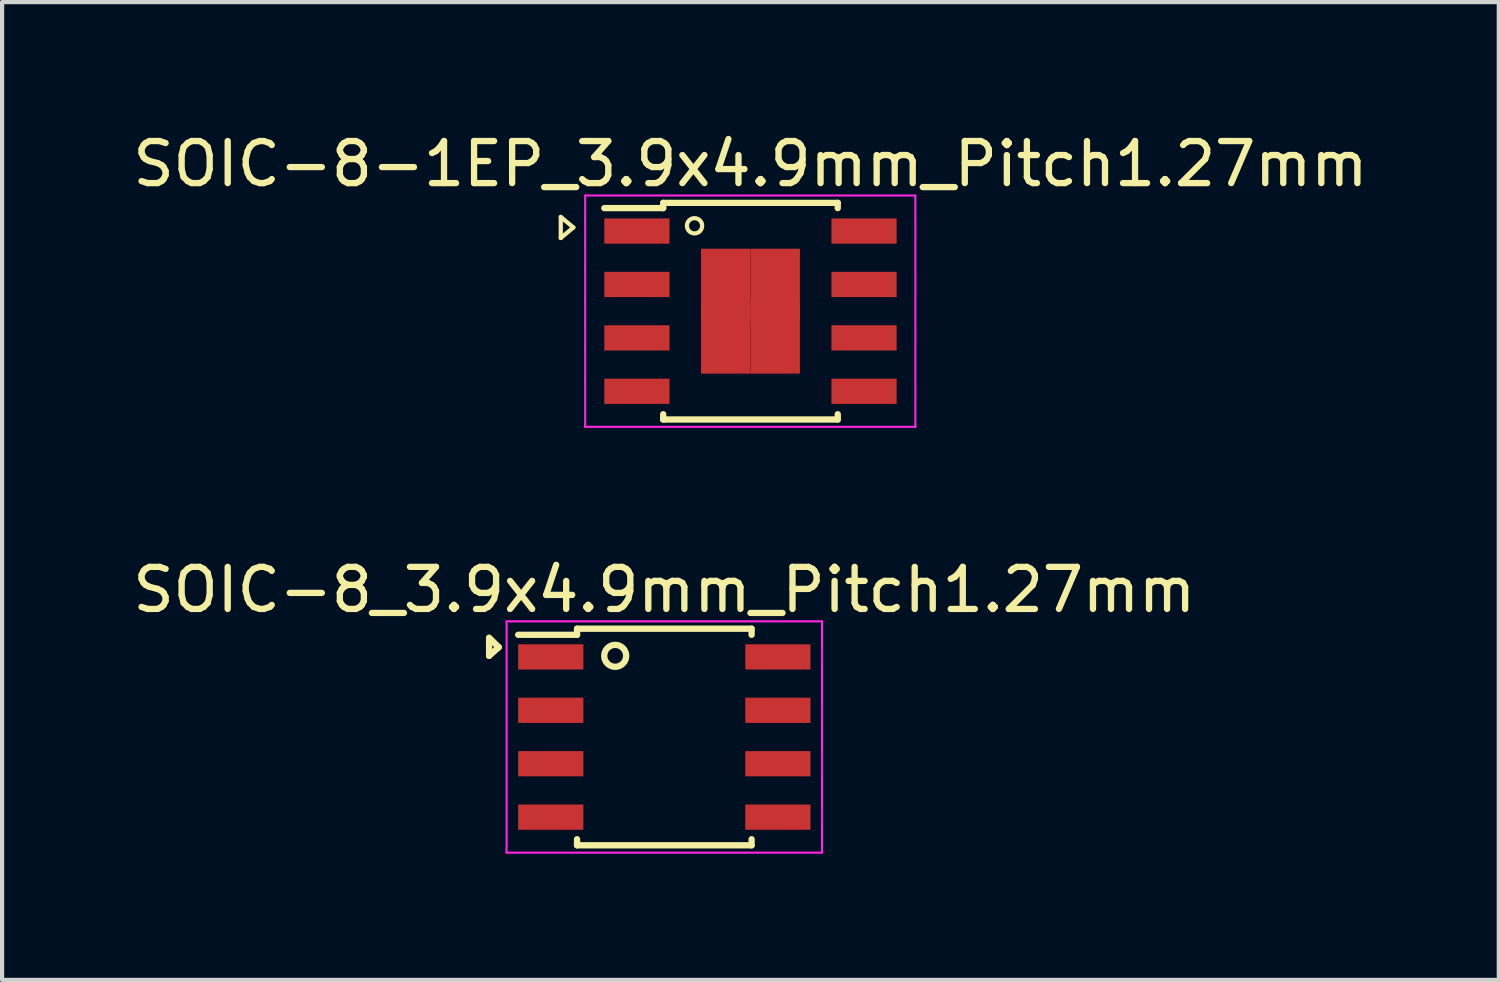
<source format=kicad_pcb>
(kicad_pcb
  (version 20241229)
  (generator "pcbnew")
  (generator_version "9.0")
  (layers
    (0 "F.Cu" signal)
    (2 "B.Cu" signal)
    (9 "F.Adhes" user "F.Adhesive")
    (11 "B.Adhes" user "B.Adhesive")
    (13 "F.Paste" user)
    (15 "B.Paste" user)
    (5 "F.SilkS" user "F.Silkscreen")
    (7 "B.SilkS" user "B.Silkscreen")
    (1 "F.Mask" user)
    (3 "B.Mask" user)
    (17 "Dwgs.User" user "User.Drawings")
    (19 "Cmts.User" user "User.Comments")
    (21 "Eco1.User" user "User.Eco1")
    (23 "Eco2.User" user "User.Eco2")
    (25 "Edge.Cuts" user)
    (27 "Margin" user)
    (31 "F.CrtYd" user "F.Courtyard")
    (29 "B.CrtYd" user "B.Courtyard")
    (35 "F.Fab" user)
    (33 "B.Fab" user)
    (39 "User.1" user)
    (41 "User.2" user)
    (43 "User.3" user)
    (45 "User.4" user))
  (footprint "SOIC-8-1EP_3.9x4.9mm_Pitch1.27mm"
    (layer "F.Cu")
    (at 14.792 4.348)
    (property "Reference" "SOIC-8-1EP_3.9x4.9mm_Pitch1.27mm" (at 0 -3.5 0) (layer "F.SilkS") (effects (font (size 1 1) (thickness 0.15))))
    (attr smd)
    (fp_line (start -4.51 -2.24) (end -4.51 -1.74) (stroke (width 0.1) (type solid)) (layer "F.SilkS"))
    (fp_line (start -4.51 -1.74) (end -4.21 -1.99) (stroke (width 0.1) (type solid)) (layer "F.SilkS"))
    (fp_line (start -4.21 -1.99) (end -4.51 -2.24) (stroke (width 0.1) (type solid)) (layer "F.SilkS"))
    (fp_line (start -2.075 -2.575) (end -2.075 -2.45) (stroke (width 0.15) (type solid)) (layer "F.SilkS"))
    (fp_line (start -2.075 -2.575) (end 2.075 -2.575) (stroke (width 0.15) (type solid)) (layer "F.SilkS"))
    (fp_line (start -2.075 -2.45) (end -3.475 -2.45) (stroke (width 0.15) (type solid)) (layer "F.SilkS"))
    (fp_line (start -2.075 2.575) (end -2.075 2.45) (stroke (width 0.15) (type solid)) (layer "F.SilkS"))
    (fp_line (start -2.075 2.575) (end 2.075 2.575) (stroke (width 0.15) (type solid)) (layer "F.SilkS"))
    (fp_line (start 2.075 -2.575) (end 2.075 -2.45) (stroke (width 0.15) (type solid)) (layer "F.SilkS"))
    (fp_line (start 2.075 2.575) (end 2.075 2.45) (stroke (width 0.15) (type solid)) (layer "F.SilkS"))
    (fp_circle (center -1.33 -2.03) (end -1.31 -2.21) (stroke (width 0.1) (type solid)) (fill no) (layer "F.SilkS"))
    (fp_line (start -3.93 -2.75) (end -3.93 2.75) (stroke (width 0.05) (type solid)) (layer "F.CrtYd"))
    (fp_line (start -3.93 -2.75) (end 3.92 -2.75) (stroke (width 0.05) (type solid)) (layer "F.CrtYd"))
    (fp_line (start -3.93 2.75) (end 3.92 2.75) (stroke (width 0.05) (type solid)) (layer "F.CrtYd"))
    (fp_line (start 3.92 -2.75) (end 3.92 2.75) (stroke (width 0.05) (type solid)) (layer "F.CrtYd"))
    (pad "1" smd rect (at -2.7 -1.905) (size 1.55 0.6) (layers "F.Cu" "F.Mask" "F.Paste"))
    (pad "2" smd rect (at -2.7 -0.635) (size 1.55 0.6) (layers "F.Cu" "F.Mask" "F.Paste"))
    (pad "3" smd rect (at -2.7 0.635) (size 1.55 0.6) (layers "F.Cu" "F.Mask" "F.Paste"))
    (pad "4" smd rect (at -2.7 1.905) (size 1.55 0.6) (layers "F.Cu" "F.Mask" "F.Paste"))
    (pad "5" smd rect (at 2.7 1.905) (size 1.55 0.6) (layers "F.Cu" "F.Mask" "F.Paste"))
    (pad "6" smd rect (at 2.7 0.635) (size 1.55 0.6) (layers "F.Cu" "F.Mask" "F.Paste"))
    (pad "7" smd rect (at 2.7 -0.635) (size 1.55 0.6) (layers "F.Cu" "F.Mask" "F.Paste"))
    (pad "8" smd rect (at 2.7 -1.905) (size 1.55 0.6) (layers "F.Cu" "F.Mask" "F.Paste"))
    (pad "9" smd rect (at -0.588 -0.635) (size 1.175 1.7) (layers "F.Cu" "F.Mask" "F.Paste"))
    (pad "9" smd rect (at -0.588 0.635) (size 1.175 1.7) (layers "F.Cu" "F.Mask" "F.Paste"))
    (pad "9" smd rect (at 0.588 -0.635) (size 1.175 1.7) (layers "F.Cu" "F.Mask" "F.Paste"))
    (pad "9" smd rect (at 0.588 0.635) (size 1.175 1.7) (layers "F.Cu" "F.Mask" "F.Paste")))
  (footprint "SOIC-8_3.9x4.9mm_Pitch1.27mm"
    (layer "F.Cu")
    (at 12.744 14.472)
    (property "Reference" "SOIC-8_3.9x4.9mm_Pitch1.27mm" (at 0 -3.5 0) (layer "F.SilkS") (effects (font (size 1 1) (thickness 0.15))))
    (attr smd)
    (fp_line (start -4.166 -2.362) (end -3.937 -2.134) (stroke (width 0.15) (type solid)) (layer "F.SilkS"))
    (fp_line (start -4.166 -1.93) (end -4.166 -2.337) (stroke (width 0.15) (type solid)) (layer "F.SilkS"))
    (fp_line (start -3.937 -2.134) (end -4.166 -1.93) (stroke (width 0.15) (type solid)) (layer "F.SilkS"))
    (fp_line (start -2.075 -2.575) (end -2.075 -2.43) (stroke (width 0.15) (type solid)) (layer "F.SilkS"))
    (fp_line (start -2.075 -2.575) (end 2.075 -2.575) (stroke (width 0.15) (type solid)) (layer "F.SilkS"))
    (fp_line (start -2.075 -2.43) (end -3.475 -2.43) (stroke (width 0.15) (type solid)) (layer "F.SilkS"))
    (fp_line (start -2.075 2.575) (end -2.075 2.43) (stroke (width 0.15) (type solid)) (layer "F.SilkS"))
    (fp_line (start -2.075 2.575) (end 2.075 2.575) (stroke (width 0.15) (type solid)) (layer "F.SilkS"))
    (fp_line (start 2.075 -2.575) (end 2.075 -2.43) (stroke (width 0.15) (type solid)) (layer "F.SilkS"))
    (fp_line (start 2.075 2.575) (end 2.075 2.43) (stroke (width 0.15) (type solid)) (layer "F.SilkS"))
    (fp_circle (center -1.168 -1.93) (end -0.94 -1.803) (stroke (width 0.15) (type solid)) (fill no) (layer "F.SilkS"))
    (fp_line (start -3.75 -2.75) (end -3.75 2.75) (stroke (width 0.05) (type solid)) (layer "F.CrtYd"))
    (fp_line (start -3.75 -2.75) (end 3.75 -2.75) (stroke (width 0.05) (type solid)) (layer "F.CrtYd"))
    (fp_line (start -3.75 2.75) (end 3.75 2.75) (stroke (width 0.05) (type solid)) (layer "F.CrtYd"))
    (fp_line (start 3.75 -2.75) (end 3.75 2.75) (stroke (width 0.05) (type solid)) (layer "F.CrtYd"))
    (pad "1" smd rect (at -2.7 -1.905) (size 1.55 0.6) (layers "F.Cu" "F.Mask" "F.Paste"))
    (pad "2" smd rect (at -2.7 -0.635) (size 1.55 0.6) (layers "F.Cu" "F.Mask" "F.Paste"))
    (pad "3" smd rect (at -2.7 0.635) (size 1.55 0.6) (layers "F.Cu" "F.Mask" "F.Paste"))
    (pad "4" smd rect (at -2.7 1.905) (size 1.55 0.6) (layers "F.Cu" "F.Mask" "F.Paste"))
    (pad "5" smd rect (at 2.7 1.905) (size 1.55 0.6) (layers "F.Cu" "F.Mask" "F.Paste"))
    (pad "6" smd rect (at 2.7 0.635) (size 1.55 0.6) (layers "F.Cu" "F.Mask" "F.Paste"))
    (pad "7" smd rect (at 2.7 -0.635) (size 1.55 0.6) (layers "F.Cu" "F.Mask" "F.Paste"))
    (pad "8" smd rect (at 2.7 -1.905) (size 1.55 0.6) (layers "F.Cu" "F.Mask" "F.Paste")))
  (gr_rect
    (start -3 -3)
    (end 32.583 20.247)
    (stroke (width 0.1) (type default))
    (fill no)
    (layer "Edge.Cuts")))
</source>
